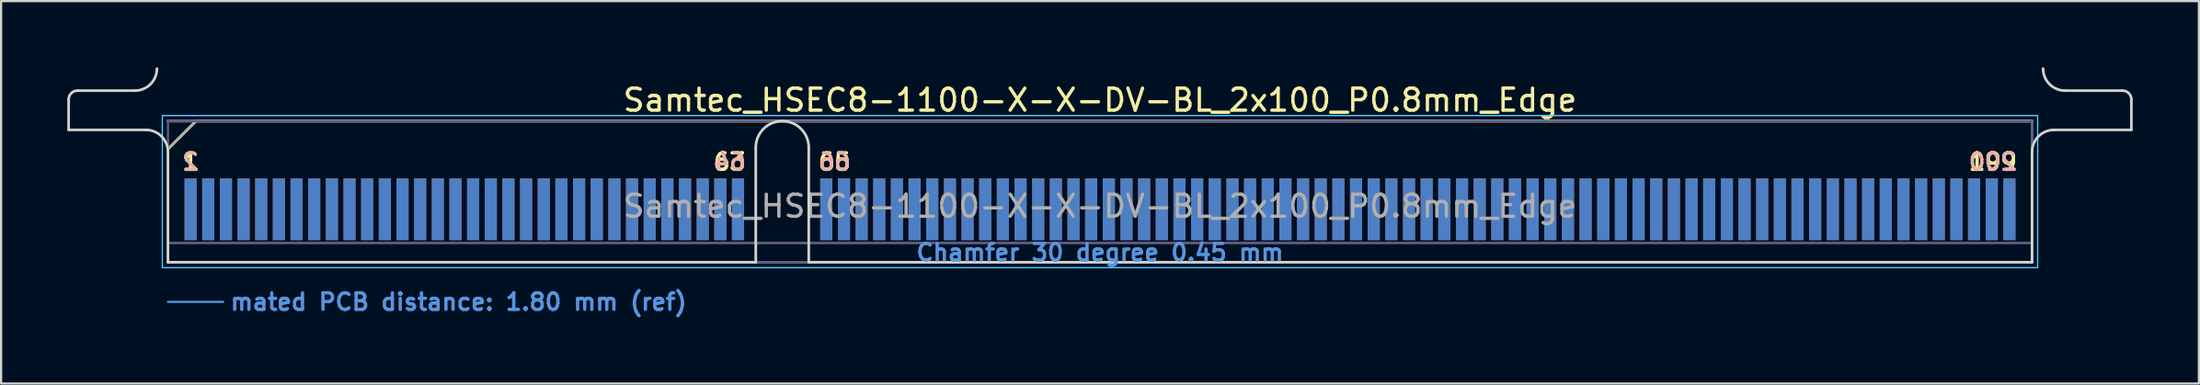
<source format=kicad_pcb>
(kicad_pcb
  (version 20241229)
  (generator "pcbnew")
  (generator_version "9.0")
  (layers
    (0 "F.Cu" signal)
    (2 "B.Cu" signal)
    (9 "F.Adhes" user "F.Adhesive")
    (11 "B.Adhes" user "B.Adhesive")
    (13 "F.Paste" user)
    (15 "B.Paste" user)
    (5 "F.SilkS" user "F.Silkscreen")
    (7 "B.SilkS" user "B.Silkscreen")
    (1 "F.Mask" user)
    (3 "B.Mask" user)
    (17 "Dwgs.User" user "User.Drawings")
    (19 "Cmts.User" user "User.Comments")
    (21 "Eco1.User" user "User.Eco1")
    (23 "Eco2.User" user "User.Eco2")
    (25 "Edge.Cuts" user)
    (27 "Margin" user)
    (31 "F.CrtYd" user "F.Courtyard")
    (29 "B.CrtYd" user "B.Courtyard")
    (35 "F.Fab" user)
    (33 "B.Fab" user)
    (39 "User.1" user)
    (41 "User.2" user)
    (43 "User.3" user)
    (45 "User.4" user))
  (footprint "Samtec_HSEC8-1100-X-X-DV-BL_2x100_P0.8mm_Edge"
    (layer "F.Cu")
    (at 46.785 8.84)
    (property "Reference" "Samtec_HSEC8-1100-X-X-DV-BL_2x100_P0.8mm_Edge" (at 0 -7.35 0) (layer "F.SilkS") (effects (font (size 1 1) (thickness 0.15))))
    (attr exclude_from_pos_files exclude_from_bom)
    (fp_line (start -42.225 -5.13) (end -40.955 -6.4) (stroke (width 0.12) (type solid)) (layer "F.SilkS"))
    (fp_line (start -40.955 -6.4) (end 42.225 -6.4) (stroke (width 0.12) (type solid)) (layer "F.SilkS"))
    (fp_line (start -42.225 -6.4) (end -42.225 -6.4) (stroke (width 0.12) (type solid)) (layer "B.SilkS"))
    (fp_line (start -42.225 -6.4) (end 42.225 -6.4) (stroke (width 0.12) (type solid)) (layer "B.SilkS"))
    (fp_line (start -42.225 1.8) (end -39.725 1.8) (stroke (width 0.1) (type solid)) (layer "Cmts.User"))
    (fp_line (start -46.725 -6) (end -46.725 -7.38) (stroke (width 0.12) (type solid)) (layer "Edge.Cuts"))
    (fp_line (start -46.325 -7.78) (end -43.725 -7.78) (stroke (width 0.12) (type solid)) (layer "Edge.Cuts"))
    (fp_line (start -43.225 -6) (end -46.725 -6) (stroke (width 0.12) (type solid)) (layer "Edge.Cuts"))
    (fp_line (start -42.225 -5) (end -42.225 0) (stroke (width 0.12) (type solid)) (layer "Edge.Cuts"))
    (fp_line (start -42.225 0) (end -15.595 0) (stroke (width 0.12) (type solid)) (layer "Edge.Cuts"))
    (fp_line (start -15.595 0) (end -15.595 -5.2) (stroke (width 0.12) (type solid)) (layer "Edge.Cuts"))
    (fp_line (start -13.195 -5.2) (end -13.195 0) (stroke (width 0.12) (type solid)) (layer "Edge.Cuts"))
    (fp_line (start -13.195 0) (end 42.225 0) (stroke (width 0.12) (type solid)) (layer "Edge.Cuts"))
    (fp_line (start 42.225 0) (end 42.225 -5) (stroke (width 0.12) (type solid)) (layer "Edge.Cuts"))
    (fp_line (start 43.225 -6) (end 46.725 -6) (stroke (width 0.12) (type solid)) (layer "Edge.Cuts"))
    (fp_line (start 46.325 -7.78) (end 43.725 -7.78) (stroke (width 0.12) (type solid)) (layer "Edge.Cuts"))
    (fp_line (start 46.725 -6) (end 46.725 -7.38) (stroke (width 0.12) (type solid)) (layer "Edge.Cuts"))
    (fp_arc (start -46.725 -7.38) (mid -46.607843 -7.662843) (end -46.325 -7.78) (stroke (width 0.12) (type solid)) (layer "Edge.Cuts"))
    (fp_arc (start -43.225 -6) (mid -42.517893 -5.707107) (end -42.225 -5) (stroke (width 0.12) (type solid)) (layer "Edge.Cuts"))
    (fp_arc (start -42.725 -8.78) (mid -43.017893 -8.072893) (end -43.725 -7.78) (stroke (width 0.12) (type solid)) (layer "Edge.Cuts"))
    (fp_arc (start -15.595 -5.2) (mid -14.395 -6.4) (end -13.195 -5.2) (stroke (width 0.12) (type solid)) (layer "Edge.Cuts"))
    (fp_arc (start 42.225 -5) (mid 42.517893 -5.707107) (end 43.225 -6) (stroke (width 0.12) (type solid)) (layer "Edge.Cuts"))
    (fp_arc (start 43.725 -7.78) (mid 43.017893 -8.072893) (end 42.725 -8.78) (stroke (width 0.12) (type solid)) (layer "Edge.Cuts"))
    (fp_arc (start 46.325 -7.78) (mid 46.607843 -7.662843) (end 46.725 -7.38) (stroke (width 0.12) (type solid)) (layer "Edge.Cuts"))
    (fp_line (start -42.48 -6.65) (end -42.48 0.25) (stroke (width 0.05) (type solid)) (layer "B.CrtYd"))
    (fp_line (start -42.48 0.25) (end 42.48 0.25) (stroke (width 0.05) (type solid)) (layer "B.CrtYd"))
    (fp_line (start 42.48 -6.65) (end -42.48 -6.65) (stroke (width 0.05) (type solid)) (layer "B.CrtYd"))
    (fp_line (start 42.48 0.25) (end 42.48 -6.65) (stroke (width 0.05) (type solid)) (layer "B.CrtYd"))
    (fp_line (start -42.48 -6.65) (end -42.48 0.25) (stroke (width 0.05) (type solid)) (layer "F.CrtYd"))
    (fp_line (start -42.48 0.25) (end 42.48 0.25) (stroke (width 0.05) (type solid)) (layer "F.CrtYd"))
    (fp_line (start 42.48 -6.65) (end -42.48 -6.65) (stroke (width 0.05) (type solid)) (layer "F.CrtYd"))
    (fp_line (start 42.48 0.25) (end 42.48 -6.65) (stroke (width 0.05) (type solid)) (layer "F.CrtYd"))
    (fp_line (start -42.225 -6.4) (end -42.225 -6.4) (stroke (width 0.1) (type solid)) (layer "B.Fab"))
    (fp_line (start -42.225 -6.4) (end -42.225 0) (stroke (width 0.1) (type solid)) (layer "B.Fab"))
    (fp_line (start -42.225 -6.4) (end 42.225 -6.4) (stroke (width 0.1) (type solid)) (layer "B.Fab"))
    (fp_line (start -42.225 -0.88) (end 42.225 -0.88) (stroke (width 0.1) (type solid)) (layer "B.Fab"))
    (fp_line (start -42.225 0) (end 42.225 0) (stroke (width 0.1) (type solid)) (layer "B.Fab"))
    (fp_line (start 42.225 -6.4) (end 42.225 0) (stroke (width 0.1) (type solid)) (layer "B.Fab"))
    (fp_line (start -42.225 -5.13) (end -42.225 0) (stroke (width 0.1) (type solid)) (layer "F.Fab"))
    (fp_line (start -42.225 -5.13) (end -40.955 -6.4) (stroke (width 0.1) (type solid)) (layer "F.Fab"))
    (fp_line (start -42.225 -0.88) (end 42.225 -0.88) (stroke (width 0.1) (type solid)) (layer "F.Fab"))
    (fp_line (start -42.225 0) (end 42.225 0) (stroke (width 0.1) (type solid)) (layer "F.Fab"))
    (fp_line (start -40.955 -6.4) (end 42.225 -6.4) (stroke (width 0.1) (type solid)) (layer "F.Fab"))
    (fp_line (start 42.225 -6.4) (end 42.225 0) (stroke (width 0.1) (type solid)) (layer "F.Fab"))
    (fp_text user "65" (at -12.025 -4.55 0) (layer "F.SilkS") (effects (font (size 0.75 0.75) (thickness 0.15))))
    (fp_text user "63" (at -16.775 -4.55 0) (layer "F.SilkS") (effects (font (size 0.75 0.75) (thickness 0.15))))
    (fp_text user "199" (at 40.45 -4.55 0) (layer "F.SilkS") (effects (font (size 0.75 0.75) (thickness 0.15))))
    (fp_text user "1" (at -41.2 -4.55 0) (layer "F.SilkS") (effects (font (size 0.75 0.75) (thickness 0.15))))
    (fp_text user "64" (at -16.775 -4.55 0) (layer "B.SilkS") (effects (font (size 0.75 0.75) (thickness 0.15)) (justify mirror)))
    (fp_text user "200" (at 40.45 -4.55 0) (layer "B.SilkS") (effects (font (size 0.75 0.75) (thickness 0.15)) (justify mirror)))
    (fp_text user "2" (at -41.2 -4.55 0) (layer "B.SilkS") (effects (font (size 0.75 0.75) (thickness 0.15)) (justify mirror)))
    (fp_text user "66" (at -12.025 -4.55 0) (layer "B.SilkS") (effects (font (size 0.75 0.75) (thickness 0.15)) (justify mirror)))
    (fp_text user "mated PCB distance: 1.80 mm (ref)" (at -39.48 1.8 0) (layer "Cmts.User") (effects (font (size 0.75 0.75) (thickness 0.15)) (justify left)))
    (fp_text user "Chamfer 30 degree 0.45 mm" (at 0 -0.44 0) (layer "Cmts.User") (effects (font (size 0.75 0.75) (thickness 0.15))))
    (fp_text user "${REFERENCE}" (at 0 -2.54 0) (layer "F.Fab") (effects (font (size 1 1) (thickness 0.15))))
    (pad "1" connect rect (at -41.2 -2.4) (size 0.55 2.8) (layers "F.Cu" "F.Mask"))
    (pad "2" connect rect (at -41.2 -2.4) (size 0.55 2.8) (layers "B.Cu" "B.Mask"))
    (pad "3" connect rect (at -40.4 -2.4) (size 0.55 2.8) (layers "F.Cu" "F.Mask"))
    (pad "4" connect rect (at -40.4 -2.4) (size 0.55 2.8) (layers "B.Cu" "B.Mask"))
    (pad "5" connect rect (at -39.6 -2.4) (size 0.55 2.8) (layers "F.Cu" "F.Mask"))
    (pad "6" connect rect (at -39.6 -2.4) (size 0.55 2.8) (layers "B.Cu" "B.Mask"))
    (pad "7" connect rect (at -38.8 -2.4) (size 0.55 2.8) (layers "F.Cu" "F.Mask"))
    (pad "8" connect rect (at -38.8 -2.4) (size 0.55 2.8) (layers "B.Cu" "B.Mask"))
    (pad "9" connect rect (at -38 -2.4) (size 0.55 2.8) (layers "F.Cu" "F.Mask"))
    (pad "10" connect rect (at -38 -2.4) (size 0.55 2.8) (layers "B.Cu" "B.Mask"))
    (pad "11" connect rect (at -37.2 -2.4) (size 0.55 2.8) (layers "F.Cu" "F.Mask"))
    (pad "12" connect rect (at -37.2 -2.4) (size 0.55 2.8) (layers "B.Cu" "B.Mask"))
    (pad "13" connect rect (at -36.4 -2.4) (size 0.55 2.8) (layers "F.Cu" "F.Mask"))
    (pad "14" connect rect (at -36.4 -2.4) (size 0.55 2.8) (layers "B.Cu" "B.Mask"))
    (pad "15" connect rect (at -35.6 -2.4) (size 0.55 2.8) (layers "F.Cu" "F.Mask"))
    (pad "16" connect rect (at -35.6 -2.4) (size 0.55 2.8) (layers "B.Cu" "B.Mask"))
    (pad "17" connect rect (at -34.8 -2.4) (size 0.55 2.8) (layers "F.Cu" "F.Mask"))
    (pad "18" connect rect (at -34.8 -2.4) (size 0.55 2.8) (layers "B.Cu" "B.Mask"))
    (pad "19" connect rect (at -34 -2.4) (size 0.55 2.8) (layers "F.Cu" "F.Mask"))
    (pad "20" connect rect (at -34 -2.4) (size 0.55 2.8) (layers "B.Cu" "B.Mask"))
    (pad "21" connect rect (at -33.2 -2.4) (size 0.55 2.8) (layers "F.Cu" "F.Mask"))
    (pad "22" connect rect (at -33.2 -2.4) (size 0.55 2.8) (layers "B.Cu" "B.Mask"))
    (pad "23" connect rect (at -32.4 -2.4) (size 0.55 2.8) (layers "F.Cu" "F.Mask"))
    (pad "24" connect rect (at -32.4 -2.4) (size 0.55 2.8) (layers "B.Cu" "B.Mask"))
    (pad "25" connect rect (at -31.6 -2.4) (size 0.55 2.8) (layers "F.Cu" "F.Mask"))
    (pad "26" connect rect (at -31.6 -2.4) (size 0.55 2.8) (layers "B.Cu" "B.Mask"))
    (pad "27" connect rect (at -30.8 -2.4) (size 0.55 2.8) (layers "F.Cu" "F.Mask"))
    (pad "28" connect rect (at -30.8 -2.4) (size 0.55 2.8) (layers "B.Cu" "B.Mask"))
    (pad "29" connect rect (at -30 -2.4) (size 0.55 2.8) (layers "F.Cu" "F.Mask"))
    (pad "30" connect rect (at -30 -2.4) (size 0.55 2.8) (layers "B.Cu" "B.Mask"))
    (pad "31" connect rect (at -29.2 -2.4) (size 0.55 2.8) (layers "F.Cu" "F.Mask"))
    (pad "32" connect rect (at -29.2 -2.4) (size 0.55 2.8) (layers "B.Cu" "B.Mask"))
    (pad "33" connect rect (at -28.4 -2.4) (size 0.55 2.8) (layers "F.Cu" "F.Mask"))
    (pad "34" connect rect (at -28.4 -2.4) (size 0.55 2.8) (layers "B.Cu" "B.Mask"))
    (pad "35" connect rect (at -27.6 -2.4) (size 0.55 2.8) (layers "F.Cu" "F.Mask"))
    (pad "36" connect rect (at -27.6 -2.4) (size 0.55 2.8) (layers "B.Cu" "B.Mask"))
    (pad "37" connect rect (at -26.8 -2.4) (size 0.55 2.8) (layers "F.Cu" "F.Mask"))
    (pad "38" connect rect (at -26.8 -2.4) (size 0.55 2.8) (layers "B.Cu" "B.Mask"))
    (pad "39" connect rect (at -26 -2.4) (size 0.55 2.8) (layers "F.Cu" "F.Mask"))
    (pad "40" connect rect (at -26 -2.4) (size 0.55 2.8) (layers "B.Cu" "B.Mask"))
    (pad "41" connect rect (at -25.2 -2.4) (size 0.55 2.8) (layers "F.Cu" "F.Mask"))
    (pad "42" connect rect (at -25.2 -2.4) (size 0.55 2.8) (layers "B.Cu" "B.Mask"))
    (pad "43" connect rect (at -24.4 -2.4) (size 0.55 2.8) (layers "F.Cu" "F.Mask"))
    (pad "44" connect rect (at -24.4 -2.4) (size 0.55 2.8) (layers "B.Cu" "B.Mask"))
    (pad "45" connect rect (at -23.6 -2.4) (size 0.55 2.8) (layers "F.Cu" "F.Mask"))
    (pad "46" connect rect (at -23.6 -2.4) (size 0.55 2.8) (layers "B.Cu" "B.Mask"))
    (pad "47" connect rect (at -22.8 -2.4) (size 0.55 2.8) (layers "F.Cu" "F.Mask"))
    (pad "48" connect rect (at -22.8 -2.4) (size 0.55 2.8) (layers "B.Cu" "B.Mask"))
    (pad "49" connect rect (at -22 -2.4) (size 0.55 2.8) (layers "F.Cu" "F.Mask"))
    (pad "50" connect rect (at -22 -2.4) (size 0.55 2.8) (layers "B.Cu" "B.Mask"))
    (pad "51" connect rect (at -21.2 -2.4) (size 0.55 2.8) (layers "F.Cu" "F.Mask"))
    (pad "52" connect rect (at -21.2 -2.4) (size 0.55 2.8) (layers "B.Cu" "B.Mask"))
    (pad "53" connect rect (at -20.4 -2.4) (size 0.55 2.8) (layers "F.Cu" "F.Mask"))
    (pad "54" connect rect (at -20.4 -2.4) (size 0.55 2.8) (layers "B.Cu" "B.Mask"))
    (pad "55" connect rect (at -19.6 -2.4) (size 0.55 2.8) (layers "F.Cu" "F.Mask"))
    (pad "56" connect rect (at -19.6 -2.4) (size 0.55 2.8) (layers "B.Cu" "B.Mask"))
    (pad "57" connect rect (at -18.8 -2.4) (size 0.55 2.8) (layers "F.Cu" "F.Mask"))
    (pad "58" connect rect (at -18.8 -2.4) (size 0.55 2.8) (layers "B.Cu" "B.Mask"))
    (pad "59" connect rect (at -18 -2.4) (size 0.55 2.8) (layers "F.Cu" "F.Mask"))
    (pad "60" connect rect (at -18 -2.4) (size 0.55 2.8) (layers "B.Cu" "B.Mask"))
    (pad "61" connect rect (at -17.2 -2.4) (size 0.55 2.8) (layers "F.Cu" "F.Mask"))
    (pad "62" connect rect (at -17.2 -2.4) (size 0.55 2.8) (layers "B.Cu" "B.Mask"))
    (pad "63" connect rect (at -16.4 -2.4) (size 0.55 2.8) (layers "F.Cu" "F.Mask"))
    (pad "64" connect rect (at -16.4 -2.4) (size 0.55 2.8) (layers "B.Cu" "B.Mask"))
    (pad "65" connect rect (at -12.4 -2.4) (size 0.55 2.8) (layers "F.Cu" "F.Mask"))
    (pad "66" connect rect (at -12.4 -2.4) (size 0.55 2.8) (layers "B.Cu" "B.Mask"))
    (pad "67" connect rect (at -11.6 -2.4) (size 0.55 2.8) (layers "F.Cu" "F.Mask"))
    (pad "68" connect rect (at -11.6 -2.4) (size 0.55 2.8) (layers "B.Cu" "B.Mask"))
    (pad "69" connect rect (at -10.8 -2.4) (size 0.55 2.8) (layers "F.Cu" "F.Mask"))
    (pad "70" connect rect (at -10.8 -2.4) (size 0.55 2.8) (layers "B.Cu" "B.Mask"))
    (pad "71" connect rect (at -10 -2.4) (size 0.55 2.8) (layers "F.Cu" "F.Mask"))
    (pad "72" connect rect (at -10 -2.4) (size 0.55 2.8) (layers "B.Cu" "B.Mask"))
    (pad "73" connect rect (at -9.2 -2.4) (size 0.55 2.8) (layers "F.Cu" "F.Mask"))
    (pad "74" connect rect (at -9.2 -2.4) (size 0.55 2.8) (layers "B.Cu" "B.Mask"))
    (pad "75" connect rect (at -8.4 -2.4) (size 0.55 2.8) (layers "F.Cu" "F.Mask"))
    (pad "76" connect rect (at -8.4 -2.4) (size 0.55 2.8) (layers "B.Cu" "B.Mask"))
    (pad "77" connect rect (at -7.6 -2.4) (size 0.55 2.8) (layers "F.Cu" "F.Mask"))
    (pad "78" connect rect (at -7.6 -2.4) (size 0.55 2.8) (layers "B.Cu" "B.Mask"))
    (pad "79" connect rect (at -6.8 -2.4) (size 0.55 2.8) (layers "F.Cu" "F.Mask"))
    (pad "80" connect rect (at -6.8 -2.4) (size 0.55 2.8) (layers "B.Cu" "B.Mask"))
    (pad "81" connect rect (at -6 -2.4) (size 0.55 2.8) (layers "F.Cu" "F.Mask"))
    (pad "82" connect rect (at -6 -2.4) (size 0.55 2.8) (layers "B.Cu" "B.Mask"))
    (pad "83" connect rect (at -5.2 -2.4) (size 0.55 2.8) (layers "F.Cu" "F.Mask"))
    (pad "84" connect rect (at -5.2 -2.4) (size 0.55 2.8) (layers "B.Cu" "B.Mask"))
    (pad "85" connect rect (at -4.4 -2.4) (size 0.55 2.8) (layers "F.Cu" "F.Mask"))
    (pad "86" connect rect (at -4.4 -2.4) (size 0.55 2.8) (layers "B.Cu" "B.Mask"))
    (pad "87" connect rect (at -3.6 -2.4) (size 0.55 2.8) (layers "F.Cu" "F.Mask"))
    (pad "88" connect rect (at -3.6 -2.4) (size 0.55 2.8) (layers "B.Cu" "B.Mask"))
    (pad "89" connect rect (at -2.8 -2.4) (size 0.55 2.8) (layers "F.Cu" "F.Mask"))
    (pad "90" connect rect (at -2.8 -2.4) (size 0.55 2.8) (layers "B.Cu" "B.Mask"))
    (pad "91" connect rect (at -2 -2.4) (size 0.55 2.8) (layers "F.Cu" "F.Mask"))
    (pad "92" connect rect (at -2 -2.4) (size 0.55 2.8) (layers "B.Cu" "B.Mask"))
    (pad "93" connect rect (at -1.2 -2.4) (size 0.55 2.8) (layers "F.Cu" "F.Mask"))
    (pad "94" connect rect (at -1.2 -2.4) (size 0.55 2.8) (layers "B.Cu" "B.Mask"))
    (pad "95" connect rect (at -0.4 -2.4) (size 0.55 2.8) (layers "F.Cu" "F.Mask"))
    (pad "96" connect rect (at -0.4 -2.4) (size 0.55 2.8) (layers "B.Cu" "B.Mask"))
    (pad "97" connect rect (at 0.4 -2.4) (size 0.55 2.8) (layers "F.Cu" "F.Mask"))
    (pad "98" connect rect (at 0.4 -2.4) (size 0.55 2.8) (layers "B.Cu" "B.Mask"))
    (pad "99" connect rect (at 1.2 -2.4) (size 0.55 2.8) (layers "F.Cu" "F.Mask"))
    (pad "100" connect rect (at 1.2 -2.4) (size 0.55 2.8) (layers "B.Cu" "B.Mask"))
    (pad "101" connect rect (at 2 -2.4) (size 0.55 2.8) (layers "F.Cu" "F.Mask"))
    (pad "102" connect rect (at 2 -2.4) (size 0.55 2.8) (layers "B.Cu" "B.Mask"))
    (pad "103" connect rect (at 2.8 -2.4) (size 0.55 2.8) (layers "F.Cu" "F.Mask"))
    (pad "104" connect rect (at 2.8 -2.4) (size 0.55 2.8) (layers "B.Cu" "B.Mask"))
    (pad "105" connect rect (at 3.6 -2.4) (size 0.55 2.8) (layers "F.Cu" "F.Mask"))
    (pad "106" connect rect (at 3.6 -2.4) (size 0.55 2.8) (layers "B.Cu" "B.Mask"))
    (pad "107" connect rect (at 4.4 -2.4) (size 0.55 2.8) (layers "F.Cu" "F.Mask"))
    (pad "108" connect rect (at 4.4 -2.4) (size 0.55 2.8) (layers "B.Cu" "B.Mask"))
    (pad "109" connect rect (at 5.2 -2.4) (size 0.55 2.8) (layers "F.Cu" "F.Mask"))
    (pad "110" connect rect (at 5.2 -2.4) (size 0.55 2.8) (layers "B.Cu" "B.Mask"))
    (pad "111" connect rect (at 6 -2.4) (size 0.55 2.8) (layers "F.Cu" "F.Mask"))
    (pad "112" connect rect (at 6 -2.4) (size 0.55 2.8) (layers "B.Cu" "B.Mask"))
    (pad "113" connect rect (at 6.8 -2.4) (size 0.55 2.8) (layers "F.Cu" "F.Mask"))
    (pad "114" connect rect (at 6.8 -2.4) (size 0.55 2.8) (layers "B.Cu" "B.Mask"))
    (pad "115" connect rect (at 7.6 -2.4) (size 0.55 2.8) (layers "F.Cu" "F.Mask"))
    (pad "116" connect rect (at 7.6 -2.4) (size 0.55 2.8) (layers "B.Cu" "B.Mask"))
    (pad "117" connect rect (at 8.4 -2.4) (size 0.55 2.8) (layers "F.Cu" "F.Mask"))
    (pad "118" connect rect (at 8.4 -2.4) (size 0.55 2.8) (layers "B.Cu" "B.Mask"))
    (pad "119" connect rect (at 9.2 -2.4) (size 0.55 2.8) (layers "F.Cu" "F.Mask"))
    (pad "120" connect rect (at 9.2 -2.4) (size 0.55 2.8) (layers "B.Cu" "B.Mask"))
    (pad "121" connect rect (at 10 -2.4) (size 0.55 2.8) (layers "F.Cu" "F.Mask"))
    (pad "122" connect rect (at 10 -2.4) (size 0.55 2.8) (layers "B.Cu" "B.Mask"))
    (pad "123" connect rect (at 10.8 -2.4) (size 0.55 2.8) (layers "F.Cu" "F.Mask"))
    (pad "124" connect rect (at 10.8 -2.4) (size 0.55 2.8) (layers "B.Cu" "B.Mask"))
    (pad "125" connect rect (at 11.6 -2.4) (size 0.55 2.8) (layers "F.Cu" "F.Mask"))
    (pad "126" connect rect (at 11.6 -2.4) (size 0.55 2.8) (layers "B.Cu" "B.Mask"))
    (pad "127" connect rect (at 12.4 -2.4) (size 0.55 2.8) (layers "F.Cu" "F.Mask"))
    (pad "128" connect rect (at 12.4 -2.4) (size 0.55 2.8) (layers "B.Cu" "B.Mask"))
    (pad "129" connect rect (at 13.2 -2.4) (size 0.55 2.8) (layers "F.Cu" "F.Mask"))
    (pad "130" connect rect (at 13.2 -2.4) (size 0.55 2.8) (layers "B.Cu" "B.Mask"))
    (pad "131" connect rect (at 14 -2.4) (size 0.55 2.8) (layers "F.Cu" "F.Mask"))
    (pad "132" connect rect (at 14 -2.4) (size 0.55 2.8) (layers "B.Cu" "B.Mask"))
    (pad "133" connect rect (at 14.8 -2.4) (size 0.55 2.8) (layers "F.Cu" "F.Mask"))
    (pad "134" connect rect (at 14.8 -2.4) (size 0.55 2.8) (layers "B.Cu" "B.Mask"))
    (pad "135" connect rect (at 15.6 -2.4) (size 0.55 2.8) (layers "F.Cu" "F.Mask"))
    (pad "136" connect rect (at 15.6 -2.4) (size 0.55 2.8) (layers "B.Cu" "B.Mask"))
    (pad "137" connect rect (at 16.4 -2.4) (size 0.55 2.8) (layers "F.Cu" "F.Mask"))
    (pad "138" connect rect (at 16.4 -2.4) (size 0.55 2.8) (layers "B.Cu" "B.Mask"))
    (pad "139" connect rect (at 17.2 -2.4) (size 0.55 2.8) (layers "F.Cu" "F.Mask"))
    (pad "140" connect rect (at 17.2 -2.4) (size 0.55 2.8) (layers "B.Cu" "B.Mask"))
    (pad "141" connect rect (at 18 -2.4) (size 0.55 2.8) (layers "F.Cu" "F.Mask"))
    (pad "142" connect rect (at 18 -2.4) (size 0.55 2.8) (layers "B.Cu" "B.Mask"))
    (pad "143" connect rect (at 18.8 -2.4) (size 0.55 2.8) (layers "F.Cu" "F.Mask"))
    (pad "144" connect rect (at 18.8 -2.4) (size 0.55 2.8) (layers "B.Cu" "B.Mask"))
    (pad "145" connect rect (at 19.6 -2.4) (size 0.55 2.8) (layers "F.Cu" "F.Mask"))
    (pad "146" connect rect (at 19.6 -2.4) (size 0.55 2.8) (layers "B.Cu" "B.Mask"))
    (pad "147" connect rect (at 20.4 -2.4) (size 0.55 2.8) (layers "F.Cu" "F.Mask"))
    (pad "148" connect rect (at 20.4 -2.4) (size 0.55 2.8) (layers "B.Cu" "B.Mask"))
    (pad "149" connect rect (at 21.2 -2.4) (size 0.55 2.8) (layers "F.Cu" "F.Mask"))
    (pad "150" connect rect (at 21.2 -2.4) (size 0.55 2.8) (layers "B.Cu" "B.Mask"))
    (pad "151" connect rect (at 22 -2.4) (size 0.55 2.8) (layers "F.Cu" "F.Mask"))
    (pad "152" connect rect (at 22 -2.4) (size 0.55 2.8) (layers "B.Cu" "B.Mask"))
    (pad "153" connect rect (at 22.8 -2.4) (size 0.55 2.8) (layers "F.Cu" "F.Mask"))
    (pad "154" connect rect (at 22.8 -2.4) (size 0.55 2.8) (layers "B.Cu" "B.Mask"))
    (pad "155" connect rect (at 23.6 -2.4) (size 0.55 2.8) (layers "F.Cu" "F.Mask"))
    (pad "156" connect rect (at 23.6 -2.4) (size 0.55 2.8) (layers "B.Cu" "B.Mask"))
    (pad "157" connect rect (at 24.4 -2.4) (size 0.55 2.8) (layers "F.Cu" "F.Mask"))
    (pad "158" connect rect (at 24.4 -2.4) (size 0.55 2.8) (layers "B.Cu" "B.Mask"))
    (pad "159" connect rect (at 25.2 -2.4) (size 0.55 2.8) (layers "F.Cu" "F.Mask"))
    (pad "160" connect rect (at 25.2 -2.4) (size 0.55 2.8) (layers "B.Cu" "B.Mask"))
    (pad "161" connect rect (at 26 -2.4) (size 0.55 2.8) (layers "F.Cu" "F.Mask"))
    (pad "162" connect rect (at 26 -2.4) (size 0.55 2.8) (layers "B.Cu" "B.Mask"))
    (pad "163" connect rect (at 26.8 -2.4) (size 0.55 2.8) (layers "F.Cu" "F.Mask"))
    (pad "164" connect rect (at 26.8 -2.4) (size 0.55 2.8) (layers "B.Cu" "B.Mask"))
    (pad "165" connect rect (at 27.6 -2.4) (size 0.55 2.8) (layers "F.Cu" "F.Mask"))
    (pad "166" connect rect (at 27.6 -2.4) (size 0.55 2.8) (layers "B.Cu" "B.Mask"))
    (pad "167" connect rect (at 28.4 -2.4) (size 0.55 2.8) (layers "F.Cu" "F.Mask"))
    (pad "168" connect rect (at 28.4 -2.4) (size 0.55 2.8) (layers "B.Cu" "B.Mask"))
    (pad "169" connect rect (at 29.2 -2.4) (size 0.55 2.8) (layers "F.Cu" "F.Mask"))
    (pad "170" connect rect (at 29.2 -2.4) (size 0.55 2.8) (layers "B.Cu" "B.Mask"))
    (pad "171" connect rect (at 30 -2.4) (size 0.55 2.8) (layers "F.Cu" "F.Mask"))
    (pad "172" connect rect (at 30 -2.4) (size 0.55 2.8) (layers "B.Cu" "B.Mask"))
    (pad "173" connect rect (at 30.8 -2.4) (size 0.55 2.8) (layers "F.Cu" "F.Mask"))
    (pad "174" connect rect (at 30.8 -2.4) (size 0.55 2.8) (layers "B.Cu" "B.Mask"))
    (pad "175" connect rect (at 31.6 -2.4) (size 0.55 2.8) (layers "F.Cu" "F.Mask"))
    (pad "176" connect rect (at 31.6 -2.4) (size 0.55 2.8) (layers "B.Cu" "B.Mask"))
    (pad "177" connect rect (at 32.4 -2.4) (size 0.55 2.8) (layers "F.Cu" "F.Mask"))
    (pad "178" connect rect (at 32.4 -2.4) (size 0.55 2.8) (layers "B.Cu" "B.Mask"))
    (pad "179" connect rect (at 33.2 -2.4) (size 0.55 2.8) (layers "F.Cu" "F.Mask"))
    (pad "180" connect rect (at 33.2 -2.4) (size 0.55 2.8) (layers "B.Cu" "B.Mask"))
    (pad "181" connect rect (at 34 -2.4) (size 0.55 2.8) (layers "F.Cu" "F.Mask"))
    (pad "182" connect rect (at 34 -2.4) (size 0.55 2.8) (layers "B.Cu" "B.Mask"))
    (pad "183" connect rect (at 34.8 -2.4) (size 0.55 2.8) (layers "F.Cu" "F.Mask"))
    (pad "184" connect rect (at 34.8 -2.4) (size 0.55 2.8) (layers "B.Cu" "B.Mask"))
    (pad "185" connect rect (at 35.6 -2.4) (size 0.55 2.8) (layers "F.Cu" "F.Mask"))
    (pad "186" connect rect (at 35.6 -2.4) (size 0.55 2.8) (layers "B.Cu" "B.Mask"))
    (pad "187" connect rect (at 36.4 -2.4) (size 0.55 2.8) (layers "F.Cu" "F.Mask"))
    (pad "188" connect rect (at 36.4 -2.4) (size 0.55 2.8) (layers "B.Cu" "B.Mask"))
    (pad "189" connect rect (at 37.2 -2.4) (size 0.55 2.8) (layers "F.Cu" "F.Mask"))
    (pad "190" connect rect (at 37.2 -2.4) (size 0.55 2.8) (layers "B.Cu" "B.Mask"))
    (pad "191" connect rect (at 38 -2.4) (size 0.55 2.8) (layers "F.Cu" "F.Mask"))
    (pad "192" connect rect (at 38 -2.4) (size 0.55 2.8) (layers "B.Cu" "B.Mask"))
    (pad "193" connect rect (at 38.8 -2.4) (size 0.55 2.8) (layers "F.Cu" "F.Mask"))
    (pad "194" connect rect (at 38.8 -2.4) (size 0.55 2.8) (layers "B.Cu" "B.Mask"))
    (pad "195" connect rect (at 39.6 -2.4) (size 0.55 2.8) (layers "F.Cu" "F.Mask"))
    (pad "196" connect rect (at 39.6 -2.4) (size 0.55 2.8) (layers "B.Cu" "B.Mask"))
    (pad "197" connect rect (at 40.4 -2.4) (size 0.55 2.8) (layers "F.Cu" "F.Mask"))
    (pad "198" connect rect (at 40.4 -2.4) (size 0.55 2.8) (layers "B.Cu" "B.Mask"))
    (pad "199" connect rect (at 41.2 -2.4) (size 0.55 2.8) (layers "F.Cu" "F.Mask"))
    (pad "200" connect rect (at 41.2 -2.4) (size 0.55 2.8) (layers "B.Cu" "B.Mask")))
  (gr_rect
    (start -3 -3)
    (end 96.57 14.342)
    (stroke (width 0.1) (type default))
    (fill no)
    (layer "Edge.Cuts")))
</source>
